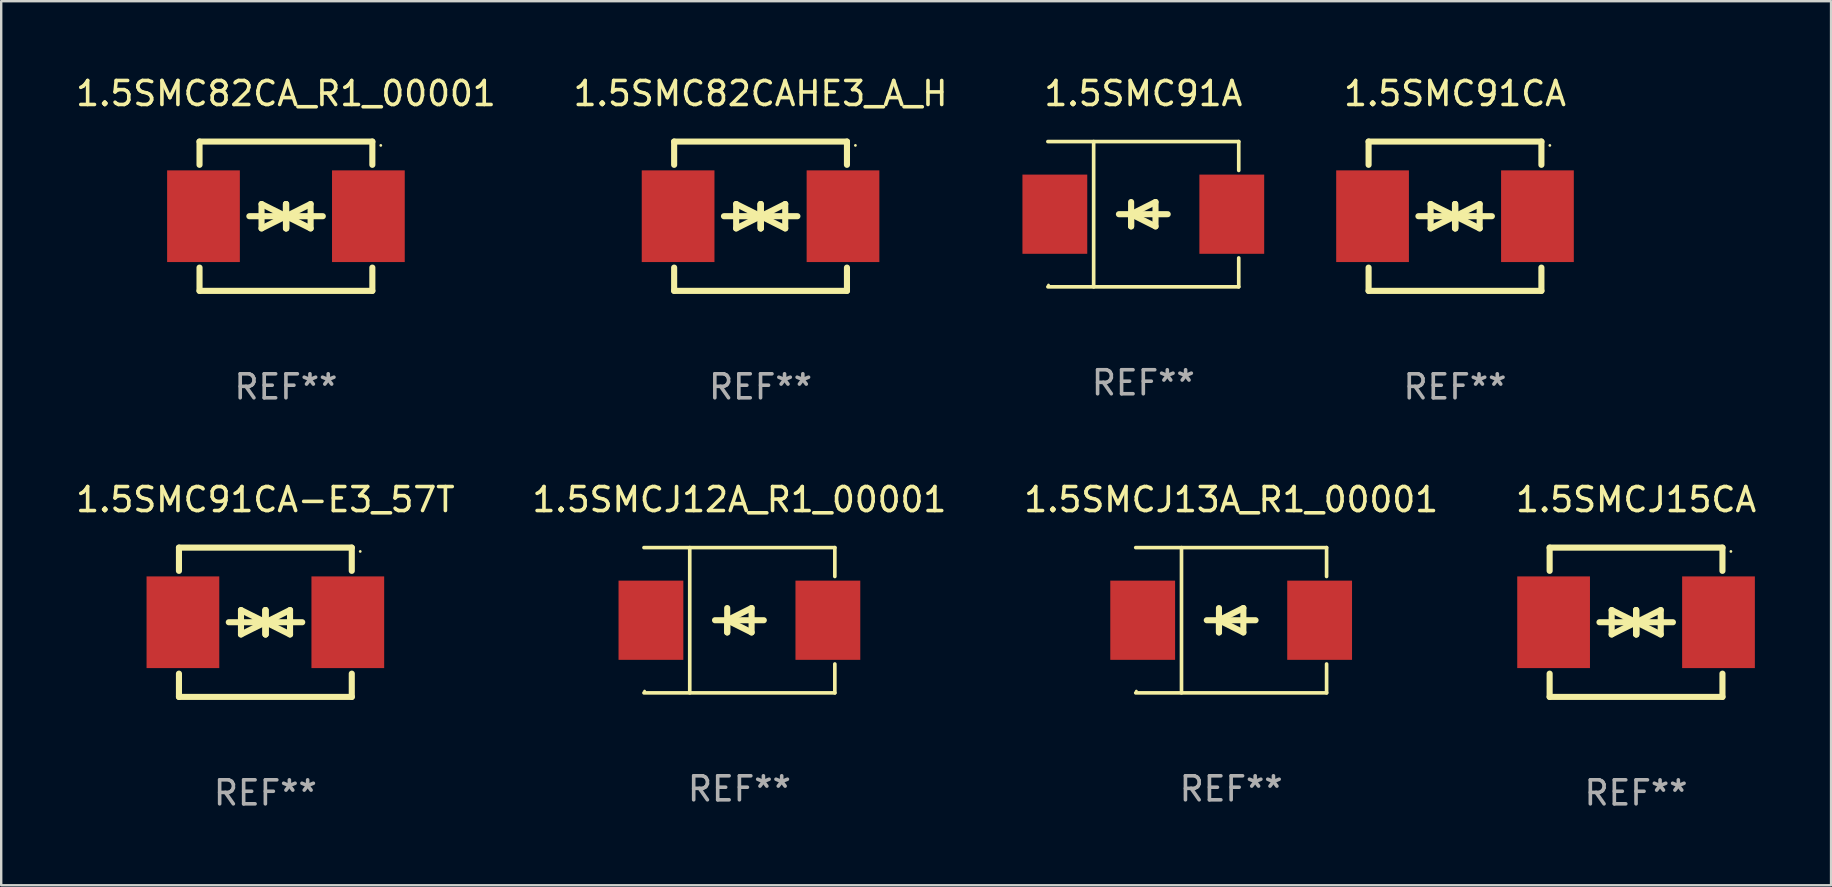
<source format=kicad_pcb>
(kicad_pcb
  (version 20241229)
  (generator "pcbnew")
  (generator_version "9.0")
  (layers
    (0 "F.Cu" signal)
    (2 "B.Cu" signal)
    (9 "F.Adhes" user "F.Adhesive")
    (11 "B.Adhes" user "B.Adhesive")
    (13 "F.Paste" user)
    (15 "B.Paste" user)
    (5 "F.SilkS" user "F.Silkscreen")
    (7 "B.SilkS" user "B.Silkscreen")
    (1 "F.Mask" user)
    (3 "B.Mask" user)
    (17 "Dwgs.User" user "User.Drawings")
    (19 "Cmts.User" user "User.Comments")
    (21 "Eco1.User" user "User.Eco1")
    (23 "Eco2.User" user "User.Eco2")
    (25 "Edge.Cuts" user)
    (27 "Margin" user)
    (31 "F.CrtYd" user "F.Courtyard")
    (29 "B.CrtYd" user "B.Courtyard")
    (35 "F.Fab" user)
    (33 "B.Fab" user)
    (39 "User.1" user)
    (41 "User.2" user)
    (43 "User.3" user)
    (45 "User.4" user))
  (footprint "1.5SMCJ12A_R1_00001"
    (layer "F.Cu")
    (at 27.756 22.791)
    (property "Reference" "1.5SMCJ12A_R1_00001" (at 0 -5.026 0) (layer "F.SilkS") (effects (font (size 1 1) (thickness 0.15))))
    (attr through_hole)
    (fp_line (start -3.976 -3.026) (end 3.976 -3.026) (stroke (width 0.152) (type solid)) (layer "F.SilkS"))
    (fp_line (start -3.976 3.026) (end 3.976 3.026) (stroke (width 0.152) (type solid)) (layer "F.SilkS"))
    (fp_line (start -2.069 -3.026) (end -2.069 3.026) (stroke (width 0.152) (type solid)) (layer "F.SilkS"))
    (fp_line (start -0.508 0) (end -0.508 0.508) (stroke (width 0.254) (type solid)) (layer "F.SilkS"))
    (fp_line (start -0.508 0) (end 0.508 0.508) (stroke (width 0.254) (type solid)) (layer "F.SilkS"))
    (fp_line (start -0.508 0.508) (end -0.508 -0.508) (stroke (width 0.254) (type solid)) (layer "F.SilkS"))
    (fp_line (start 0.508 -0.508) (end -0.508 0) (stroke (width 0.254) (type solid)) (layer "F.SilkS"))
    (fp_line (start 0.508 0.508) (end 0.508 -0.508) (stroke (width 0.254) (type solid)) (layer "F.SilkS"))
    (fp_line (start 1.016 0) (end -1.016 0) (stroke (width 0.254) (type solid)) (layer "F.SilkS"))
    (fp_line (start 3.976 -3.026) (end 3.976 -1.823) (stroke (width 0.152) (type solid)) (layer "F.SilkS"))
    (fp_line (start 3.976 3.026) (end 3.976 1.823) (stroke (width 0.152) (type solid)) (layer "F.SilkS"))
    (fp_circle (center -3.95 2.95) (end -3.92 2.95) (stroke (width 0.06) (type solid)) (fill no) (layer "F.SilkS"))
    (fp_text user "REF**" (at 0 7.026 0) (layer "F.Fab") (effects (font (size 1 1) (thickness 0.15))))
    (pad "1" smd rect (at -3.686 0) (size 2.7 3.3) (layers "F.Cu" "F.Mask" "F.Paste"))
    (pad "2" smd rect (at 3.686 0) (size 2.7 3.3) (layers "F.Cu" "F.Mask" "F.Paste")))
  (footprint "1.5SMC91CA-E3_57T"
    (layer "F.Cu")
    (at 8.006 22.875)
    (property "Reference" "1.5SMC91CA-E3_57T" (at 0 -5.11 0) (layer "F.SilkS") (effects (font (size 1 1) (thickness 0.15))))
    (attr through_hole)
    (fp_line (start -3.6 -2.141) (end -3.6 -3.11) (stroke (width 0.254) (type solid)) (layer "F.SilkS"))
    (fp_line (start -3.6 3.11) (end -3.6 2.141) (stroke (width 0.254) (type solid)) (layer "F.SilkS"))
    (fp_line (start -1.524 0) (end 0.508 0) (stroke (width 0.254) (type solid)) (layer "F.SilkS"))
    (fp_line (start -1.016 -0.508) (end -1.016 0.508) (stroke (width 0.254) (type solid)) (layer "F.SilkS"))
    (fp_line (start -1.016 0.508) (end 0 0) (stroke (width 0.254) (type solid)) (layer "F.SilkS"))
    (fp_line (start 0 -0.508) (end 0 0.508) (stroke (width 0.254) (type solid)) (layer "F.SilkS"))
    (fp_line (start 0 0) (end -1.016 -0.508) (stroke (width 0.254) (type solid)) (layer "F.SilkS"))
    (fp_line (start 0 0) (end 0 -0.508) (stroke (width 0.254) (type solid)) (layer "F.SilkS"))
    (fp_line (start 0.012 0) (end 0.012 0.508) (stroke (width 0.254) (type solid)) (layer "F.SilkS"))
    (fp_line (start 0.012 0) (end 1.028 0.508) (stroke (width 0.254) (type solid)) (layer "F.SilkS"))
    (fp_line (start 0.012 0.508) (end 0.012 -0.508) (stroke (width 0.254) (type solid)) (layer "F.SilkS"))
    (fp_line (start 1.028 -0.508) (end 0.012 0) (stroke (width 0.254) (type solid)) (layer "F.SilkS"))
    (fp_line (start 1.028 0.508) (end 1.028 -0.508) (stroke (width 0.254) (type solid)) (layer "F.SilkS"))
    (fp_line (start 1.536 0) (end -0.496 0) (stroke (width 0.254) (type solid)) (layer "F.SilkS"))
    (fp_line (start 3.6 -3.11) (end -3.6 -3.11) (stroke (width 0.254) (type solid)) (layer "F.SilkS"))
    (fp_line (start 3.6 -2.141) (end 3.6 -3.11) (stroke (width 0.254) (type solid)) (layer "F.SilkS"))
    (fp_line (start 3.6 3.11) (end -3.6 3.11) (stroke (width 0.254) (type solid)) (layer "F.SilkS"))
    (fp_line (start 3.6 3.11) (end 3.6 2.141) (stroke (width 0.254) (type solid)) (layer "F.SilkS"))
    (fp_circle (center 3.952 -2.95) (end 3.982 -2.95) (stroke (width 0.06) (type solid)) (fill no) (layer "F.SilkS"))
    (fp_text user "REF**" (at 0 7.11 0) (layer "F.Fab") (effects (font (size 1 1) (thickness 0.15))))
    (pad "1" smd rect (at 3.435 0) (size 3.03 3.82) (layers "F.Cu" "F.Mask" "F.Paste"))
    (pad "2" smd rect (at -3.435 0) (size 3.03 3.82) (layers "F.Cu" "F.Mask" "F.Paste")))
  (footprint "1.5SMC91A"
    (layer "F.Cu")
    (at 44.584 5.874)
    (property "Reference" "1.5SMC91A" (at 0 -5.026 0) (layer "F.SilkS") (effects (font (size 1 1) (thickness 0.15))))
    (attr through_hole)
    (fp_line (start -3.976 -3.026) (end 3.976 -3.026) (stroke (width 0.152) (type solid)) (layer "F.SilkS"))
    (fp_line (start -3.976 3.026) (end 3.976 3.026) (stroke (width 0.152) (type solid)) (layer "F.SilkS"))
    (fp_line (start -2.069 -3.026) (end -2.069 3.026) (stroke (width 0.152) (type solid)) (layer "F.SilkS"))
    (fp_line (start -0.508 0) (end -0.508 0.508) (stroke (width 0.254) (type solid)) (layer "F.SilkS"))
    (fp_line (start -0.508 0) (end 0.508 0.508) (stroke (width 0.254) (type solid)) (layer "F.SilkS"))
    (fp_line (start -0.508 0.508) (end -0.508 -0.508) (stroke (width 0.254) (type solid)) (layer "F.SilkS"))
    (fp_line (start 0.508 -0.508) (end -0.508 0) (stroke (width 0.254) (type solid)) (layer "F.SilkS"))
    (fp_line (start 0.508 0.508) (end 0.508 -0.508) (stroke (width 0.254) (type solid)) (layer "F.SilkS"))
    (fp_line (start 1.016 0) (end -1.016 0) (stroke (width 0.254) (type solid)) (layer "F.SilkS"))
    (fp_line (start 3.976 -3.026) (end 3.976 -1.823) (stroke (width 0.152) (type solid)) (layer "F.SilkS"))
    (fp_line (start 3.976 3.026) (end 3.976 1.823) (stroke (width 0.152) (type solid)) (layer "F.SilkS"))
    (fp_circle (center -3.95 2.95) (end -3.92 2.95) (stroke (width 0.06) (type solid)) (fill no) (layer "F.SilkS"))
    (fp_text user "REF**" (at 0 7.026 0) (layer "F.Fab") (effects (font (size 1 1) (thickness 0.15))))
    (pad "1" smd rect (at -3.686 0) (size 2.7 3.3) (layers "F.Cu" "F.Mask" "F.Paste"))
    (pad "2" smd rect (at 3.686 0) (size 2.7 3.3) (layers "F.Cu" "F.Mask" "F.Paste")))
  (footprint "1.5SMCJ13A_R1_00001"
    (layer "F.Cu")
    (at 48.244 22.791)
    (property "Reference" "1.5SMCJ13A_R1_00001" (at 0 -5.026 0) (layer "F.SilkS") (effects (font (size 1 1) (thickness 0.15))))
    (attr through_hole)
    (fp_line (start -3.976 -3.026) (end 3.976 -3.026) (stroke (width 0.152) (type solid)) (layer "F.SilkS"))
    (fp_line (start -3.976 3.026) (end 3.976 3.026) (stroke (width 0.152) (type solid)) (layer "F.SilkS"))
    (fp_line (start -2.069 -3.026) (end -2.069 3.026) (stroke (width 0.152) (type solid)) (layer "F.SilkS"))
    (fp_line (start -0.508 0) (end -0.508 0.508) (stroke (width 0.254) (type solid)) (layer "F.SilkS"))
    (fp_line (start -0.508 0) (end 0.508 0.508) (stroke (width 0.254) (type solid)) (layer "F.SilkS"))
    (fp_line (start -0.508 0.508) (end -0.508 -0.508) (stroke (width 0.254) (type solid)) (layer "F.SilkS"))
    (fp_line (start 0.508 -0.508) (end -0.508 0) (stroke (width 0.254) (type solid)) (layer "F.SilkS"))
    (fp_line (start 0.508 0.508) (end 0.508 -0.508) (stroke (width 0.254) (type solid)) (layer "F.SilkS"))
    (fp_line (start 1.016 0) (end -1.016 0) (stroke (width 0.254) (type solid)) (layer "F.SilkS"))
    (fp_line (start 3.976 -3.026) (end 3.976 -1.823) (stroke (width 0.152) (type solid)) (layer "F.SilkS"))
    (fp_line (start 3.976 3.026) (end 3.976 1.823) (stroke (width 0.152) (type solid)) (layer "F.SilkS"))
    (fp_circle (center -3.95 2.95) (end -3.92 2.95) (stroke (width 0.06) (type solid)) (fill no) (layer "F.SilkS"))
    (fp_text user "REF**" (at 0 7.026 0) (layer "F.Fab") (effects (font (size 1 1) (thickness 0.15))))
    (pad "1" smd rect (at -3.686 0) (size 2.7 3.3) (layers "F.Cu" "F.Mask" "F.Paste"))
    (pad "2" smd rect (at 3.686 0) (size 2.7 3.3) (layers "F.Cu" "F.Mask" "F.Paste")))
  (footprint "1.5SMC82CAHE3_A_H"
    (layer "F.Cu")
    (at 28.637 5.958)
    (property "Reference" "1.5SMC82CAHE3_A_H" (at 0 -5.11 0) (layer "F.SilkS") (effects (font (size 1 1) (thickness 0.15))))
    (attr through_hole)
    (fp_line (start -3.6 -2.141) (end -3.6 -3.11) (stroke (width 0.254) (type solid)) (layer "F.SilkS"))
    (fp_line (start -3.6 3.11) (end -3.6 2.141) (stroke (width 0.254) (type solid)) (layer "F.SilkS"))
    (fp_line (start -1.524 0) (end 0.508 0) (stroke (width 0.254) (type solid)) (layer "F.SilkS"))
    (fp_line (start -1.016 -0.508) (end -1.016 0.508) (stroke (width 0.254) (type solid)) (layer "F.SilkS"))
    (fp_line (start -1.016 0.508) (end 0 0) (stroke (width 0.254) (type solid)) (layer "F.SilkS"))
    (fp_line (start 0 -0.508) (end 0 0.508) (stroke (width 0.254) (type solid)) (layer "F.SilkS"))
    (fp_line (start 0 0) (end -1.016 -0.508) (stroke (width 0.254) (type solid)) (layer "F.SilkS"))
    (fp_line (start 0 0) (end 0 -0.508) (stroke (width 0.254) (type solid)) (layer "F.SilkS"))
    (fp_line (start 0.012 0) (end 0.012 0.508) (stroke (width 0.254) (type solid)) (layer "F.SilkS"))
    (fp_line (start 0.012 0) (end 1.028 0.508) (stroke (width 0.254) (type solid)) (layer "F.SilkS"))
    (fp_line (start 0.012 0.508) (end 0.012 -0.508) (stroke (width 0.254) (type solid)) (layer "F.SilkS"))
    (fp_line (start 1.028 -0.508) (end 0.012 0) (stroke (width 0.254) (type solid)) (layer "F.SilkS"))
    (fp_line (start 1.028 0.508) (end 1.028 -0.508) (stroke (width 0.254) (type solid)) (layer "F.SilkS"))
    (fp_line (start 1.536 0) (end -0.496 0) (stroke (width 0.254) (type solid)) (layer "F.SilkS"))
    (fp_line (start 3.6 -3.11) (end -3.6 -3.11) (stroke (width 0.254) (type solid)) (layer "F.SilkS"))
    (fp_line (start 3.6 -2.141) (end 3.6 -3.11) (stroke (width 0.254) (type solid)) (layer "F.SilkS"))
    (fp_line (start 3.6 3.11) (end -3.6 3.11) (stroke (width 0.254) (type solid)) (layer "F.SilkS"))
    (fp_line (start 3.6 3.11) (end 3.6 2.141) (stroke (width 0.254) (type solid)) (layer "F.SilkS"))
    (fp_circle (center 3.952 -2.95) (end 3.982 -2.95) (stroke (width 0.06) (type solid)) (fill no) (layer "F.SilkS"))
    (fp_text user "REF**" (at 0 7.11 0) (layer "F.Fab") (effects (font (size 1 1) (thickness 0.15))))
    (pad "1" smd rect (at 3.435 0) (size 3.03 3.82) (layers "F.Cu" "F.Mask" "F.Paste"))
    (pad "2" smd rect (at -3.435 0) (size 3.03 3.82) (layers "F.Cu" "F.Mask" "F.Paste")))
  (footprint "1.5SMC91CA"
    (layer "F.Cu")
    (at 57.57 5.958)
    (property "Reference" "1.5SMC91CA" (at 0 -5.11 0) (layer "F.SilkS") (effects (font (size 1 1) (thickness 0.15))))
    (attr through_hole)
    (fp_line (start -3.6 -2.141) (end -3.6 -3.11) (stroke (width 0.254) (type solid)) (layer "F.SilkS"))
    (fp_line (start -3.6 3.11) (end -3.6 2.141) (stroke (width 0.254) (type solid)) (layer "F.SilkS"))
    (fp_line (start -1.524 0) (end 0.508 0) (stroke (width 0.254) (type solid)) (layer "F.SilkS"))
    (fp_line (start -1.016 -0.508) (end -1.016 0.508) (stroke (width 0.254) (type solid)) (layer "F.SilkS"))
    (fp_line (start -1.016 0.508) (end 0 0) (stroke (width 0.254) (type solid)) (layer "F.SilkS"))
    (fp_line (start 0 -0.508) (end 0 0.508) (stroke (width 0.254) (type solid)) (layer "F.SilkS"))
    (fp_line (start 0 0) (end -1.016 -0.508) (stroke (width 0.254) (type solid)) (layer "F.SilkS"))
    (fp_line (start 0 0) (end 0 -0.508) (stroke (width 0.254) (type solid)) (layer "F.SilkS"))
    (fp_line (start 0.012 0) (end 0.012 0.508) (stroke (width 0.254) (type solid)) (layer "F.SilkS"))
    (fp_line (start 0.012 0) (end 1.028 0.508) (stroke (width 0.254) (type solid)) (layer "F.SilkS"))
    (fp_line (start 0.012 0.508) (end 0.012 -0.508) (stroke (width 0.254) (type solid)) (layer "F.SilkS"))
    (fp_line (start 1.028 -0.508) (end 0.012 0) (stroke (width 0.254) (type solid)) (layer "F.SilkS"))
    (fp_line (start 1.028 0.508) (end 1.028 -0.508) (stroke (width 0.254) (type solid)) (layer "F.SilkS"))
    (fp_line (start 1.536 0) (end -0.496 0) (stroke (width 0.254) (type solid)) (layer "F.SilkS"))
    (fp_line (start 3.6 -3.11) (end -3.6 -3.11) (stroke (width 0.254) (type solid)) (layer "F.SilkS"))
    (fp_line (start 3.6 -2.141) (end 3.6 -3.11) (stroke (width 0.254) (type solid)) (layer "F.SilkS"))
    (fp_line (start 3.6 3.11) (end -3.6 3.11) (stroke (width 0.254) (type solid)) (layer "F.SilkS"))
    (fp_line (start 3.6 3.11) (end 3.6 2.141) (stroke (width 0.254) (type solid)) (layer "F.SilkS"))
    (fp_circle (center 3.952 -2.95) (end 3.982 -2.95) (stroke (width 0.06) (type solid)) (fill no) (layer "F.SilkS"))
    (fp_text user "REF**" (at 0 7.11 0) (layer "F.Fab") (effects (font (size 1 1) (thickness 0.15))))
    (pad "1" smd rect (at 3.435 0) (size 3.03 3.82) (layers "F.Cu" "F.Mask" "F.Paste"))
    (pad "2" smd rect (at -3.435 0) (size 3.03 3.82) (layers "F.Cu" "F.Mask" "F.Paste")))
  (footprint "1.5SMC82CA_R1_00001"
    (layer "F.Cu")
    (at 8.863 5.958)
    (property "Reference" "1.5SMC82CA_R1_00001" (at 0 -5.11 0) (layer "F.SilkS") (effects (font (size 1 1) (thickness 0.15))))
    (attr through_hole)
    (fp_line (start -3.6 -2.141) (end -3.6 -3.11) (stroke (width 0.254) (type solid)) (layer "F.SilkS"))
    (fp_line (start -3.6 3.11) (end -3.6 2.141) (stroke (width 0.254) (type solid)) (layer "F.SilkS"))
    (fp_line (start -1.524 0) (end 0.508 0) (stroke (width 0.254) (type solid)) (layer "F.SilkS"))
    (fp_line (start -1.016 -0.508) (end -1.016 0.508) (stroke (width 0.254) (type solid)) (layer "F.SilkS"))
    (fp_line (start -1.016 0.508) (end 0 0) (stroke (width 0.254) (type solid)) (layer "F.SilkS"))
    (fp_line (start 0 -0.508) (end 0 0.508) (stroke (width 0.254) (type solid)) (layer "F.SilkS"))
    (fp_line (start 0 0) (end -1.016 -0.508) (stroke (width 0.254) (type solid)) (layer "F.SilkS"))
    (fp_line (start 0 0) (end 0 -0.508) (stroke (width 0.254) (type solid)) (layer "F.SilkS"))
    (fp_line (start 0.012 0) (end 0.012 0.508) (stroke (width 0.254) (type solid)) (layer "F.SilkS"))
    (fp_line (start 0.012 0) (end 1.028 0.508) (stroke (width 0.254) (type solid)) (layer "F.SilkS"))
    (fp_line (start 0.012 0.508) (end 0.012 -0.508) (stroke (width 0.254) (type solid)) (layer "F.SilkS"))
    (fp_line (start 1.028 -0.508) (end 0.012 0) (stroke (width 0.254) (type solid)) (layer "F.SilkS"))
    (fp_line (start 1.028 0.508) (end 1.028 -0.508) (stroke (width 0.254) (type solid)) (layer "F.SilkS"))
    (fp_line (start 1.536 0) (end -0.496 0) (stroke (width 0.254) (type solid)) (layer "F.SilkS"))
    (fp_line (start 3.6 -3.11) (end -3.6 -3.11) (stroke (width 0.254) (type solid)) (layer "F.SilkS"))
    (fp_line (start 3.6 -2.141) (end 3.6 -3.11) (stroke (width 0.254) (type solid)) (layer "F.SilkS"))
    (fp_line (start 3.6 3.11) (end -3.6 3.11) (stroke (width 0.254) (type solid)) (layer "F.SilkS"))
    (fp_line (start 3.6 3.11) (end 3.6 2.141) (stroke (width 0.254) (type solid)) (layer "F.SilkS"))
    (fp_circle (center 3.952 -2.95) (end 3.982 -2.95) (stroke (width 0.06) (type solid)) (fill no) (layer "F.SilkS"))
    (fp_text user "REF**" (at 0 7.11 0) (layer "F.Fab") (effects (font (size 1 1) (thickness 0.15))))
    (pad "1" smd rect (at 3.435 0) (size 3.03 3.82) (layers "F.Cu" "F.Mask" "F.Paste"))
    (pad "2" smd rect (at -3.435 0) (size 3.03 3.82) (layers "F.Cu" "F.Mask" "F.Paste")))
  (footprint "1.5SMCJ15CA"
    (layer "F.Cu")
    (at 65.113 22.875)
    (property "Reference" "1.5SMCJ15CA" (at 0 -5.11 0) (layer "F.SilkS") (effects (font (size 1 1) (thickness 0.15))))
    (attr through_hole)
    (fp_line (start -3.6 -2.141) (end -3.6 -3.11) (stroke (width 0.254) (type solid)) (layer "F.SilkS"))
    (fp_line (start -3.6 3.11) (end -3.6 2.141) (stroke (width 0.254) (type solid)) (layer "F.SilkS"))
    (fp_line (start -1.524 0) (end 0.508 0) (stroke (width 0.254) (type solid)) (layer "F.SilkS"))
    (fp_line (start -1.016 -0.508) (end -1.016 0.508) (stroke (width 0.254) (type solid)) (layer "F.SilkS"))
    (fp_line (start -1.016 0.508) (end 0 0) (stroke (width 0.254) (type solid)) (layer "F.SilkS"))
    (fp_line (start 0 -0.508) (end 0 0.508) (stroke (width 0.254) (type solid)) (layer "F.SilkS"))
    (fp_line (start 0 0) (end -1.016 -0.508) (stroke (width 0.254) (type solid)) (layer "F.SilkS"))
    (fp_line (start 0 0) (end 0 -0.508) (stroke (width 0.254) (type solid)) (layer "F.SilkS"))
    (fp_line (start 0.012 0) (end 0.012 0.508) (stroke (width 0.254) (type solid)) (layer "F.SilkS"))
    (fp_line (start 0.012 0) (end 1.028 0.508) (stroke (width 0.254) (type solid)) (layer "F.SilkS"))
    (fp_line (start 0.012 0.508) (end 0.012 -0.508) (stroke (width 0.254) (type solid)) (layer "F.SilkS"))
    (fp_line (start 1.028 -0.508) (end 0.012 0) (stroke (width 0.254) (type solid)) (layer "F.SilkS"))
    (fp_line (start 1.028 0.508) (end 1.028 -0.508) (stroke (width 0.254) (type solid)) (layer "F.SilkS"))
    (fp_line (start 1.536 0) (end -0.496 0) (stroke (width 0.254) (type solid)) (layer "F.SilkS"))
    (fp_line (start 3.6 -3.11) (end -3.6 -3.11) (stroke (width 0.254) (type solid)) (layer "F.SilkS"))
    (fp_line (start 3.6 -2.141) (end 3.6 -3.11) (stroke (width 0.254) (type solid)) (layer "F.SilkS"))
    (fp_line (start 3.6 3.11) (end -3.6 3.11) (stroke (width 0.254) (type solid)) (layer "F.SilkS"))
    (fp_line (start 3.6 3.11) (end 3.6 2.141) (stroke (width 0.254) (type solid)) (layer "F.SilkS"))
    (fp_circle (center 3.952 -2.95) (end 3.982 -2.95) (stroke (width 0.06) (type solid)) (fill no) (layer "F.SilkS"))
    (fp_text user "REF**" (at 0 7.11 0) (layer "F.Fab") (effects (font (size 1 1) (thickness 0.15))))
    (pad "1" smd rect (at 3.435 0) (size 3.03 3.82) (layers "F.Cu" "F.Mask" "F.Paste"))
    (pad "2" smd rect (at -3.435 0) (size 3.03 3.82) (layers "F.Cu" "F.Mask" "F.Paste")))
  (gr_rect
    (start -3 -3)
    (end 73.238 33.833)
    (stroke (width 0.1) (type default))
    (fill no)
    (layer "Edge.Cuts")))
</source>
